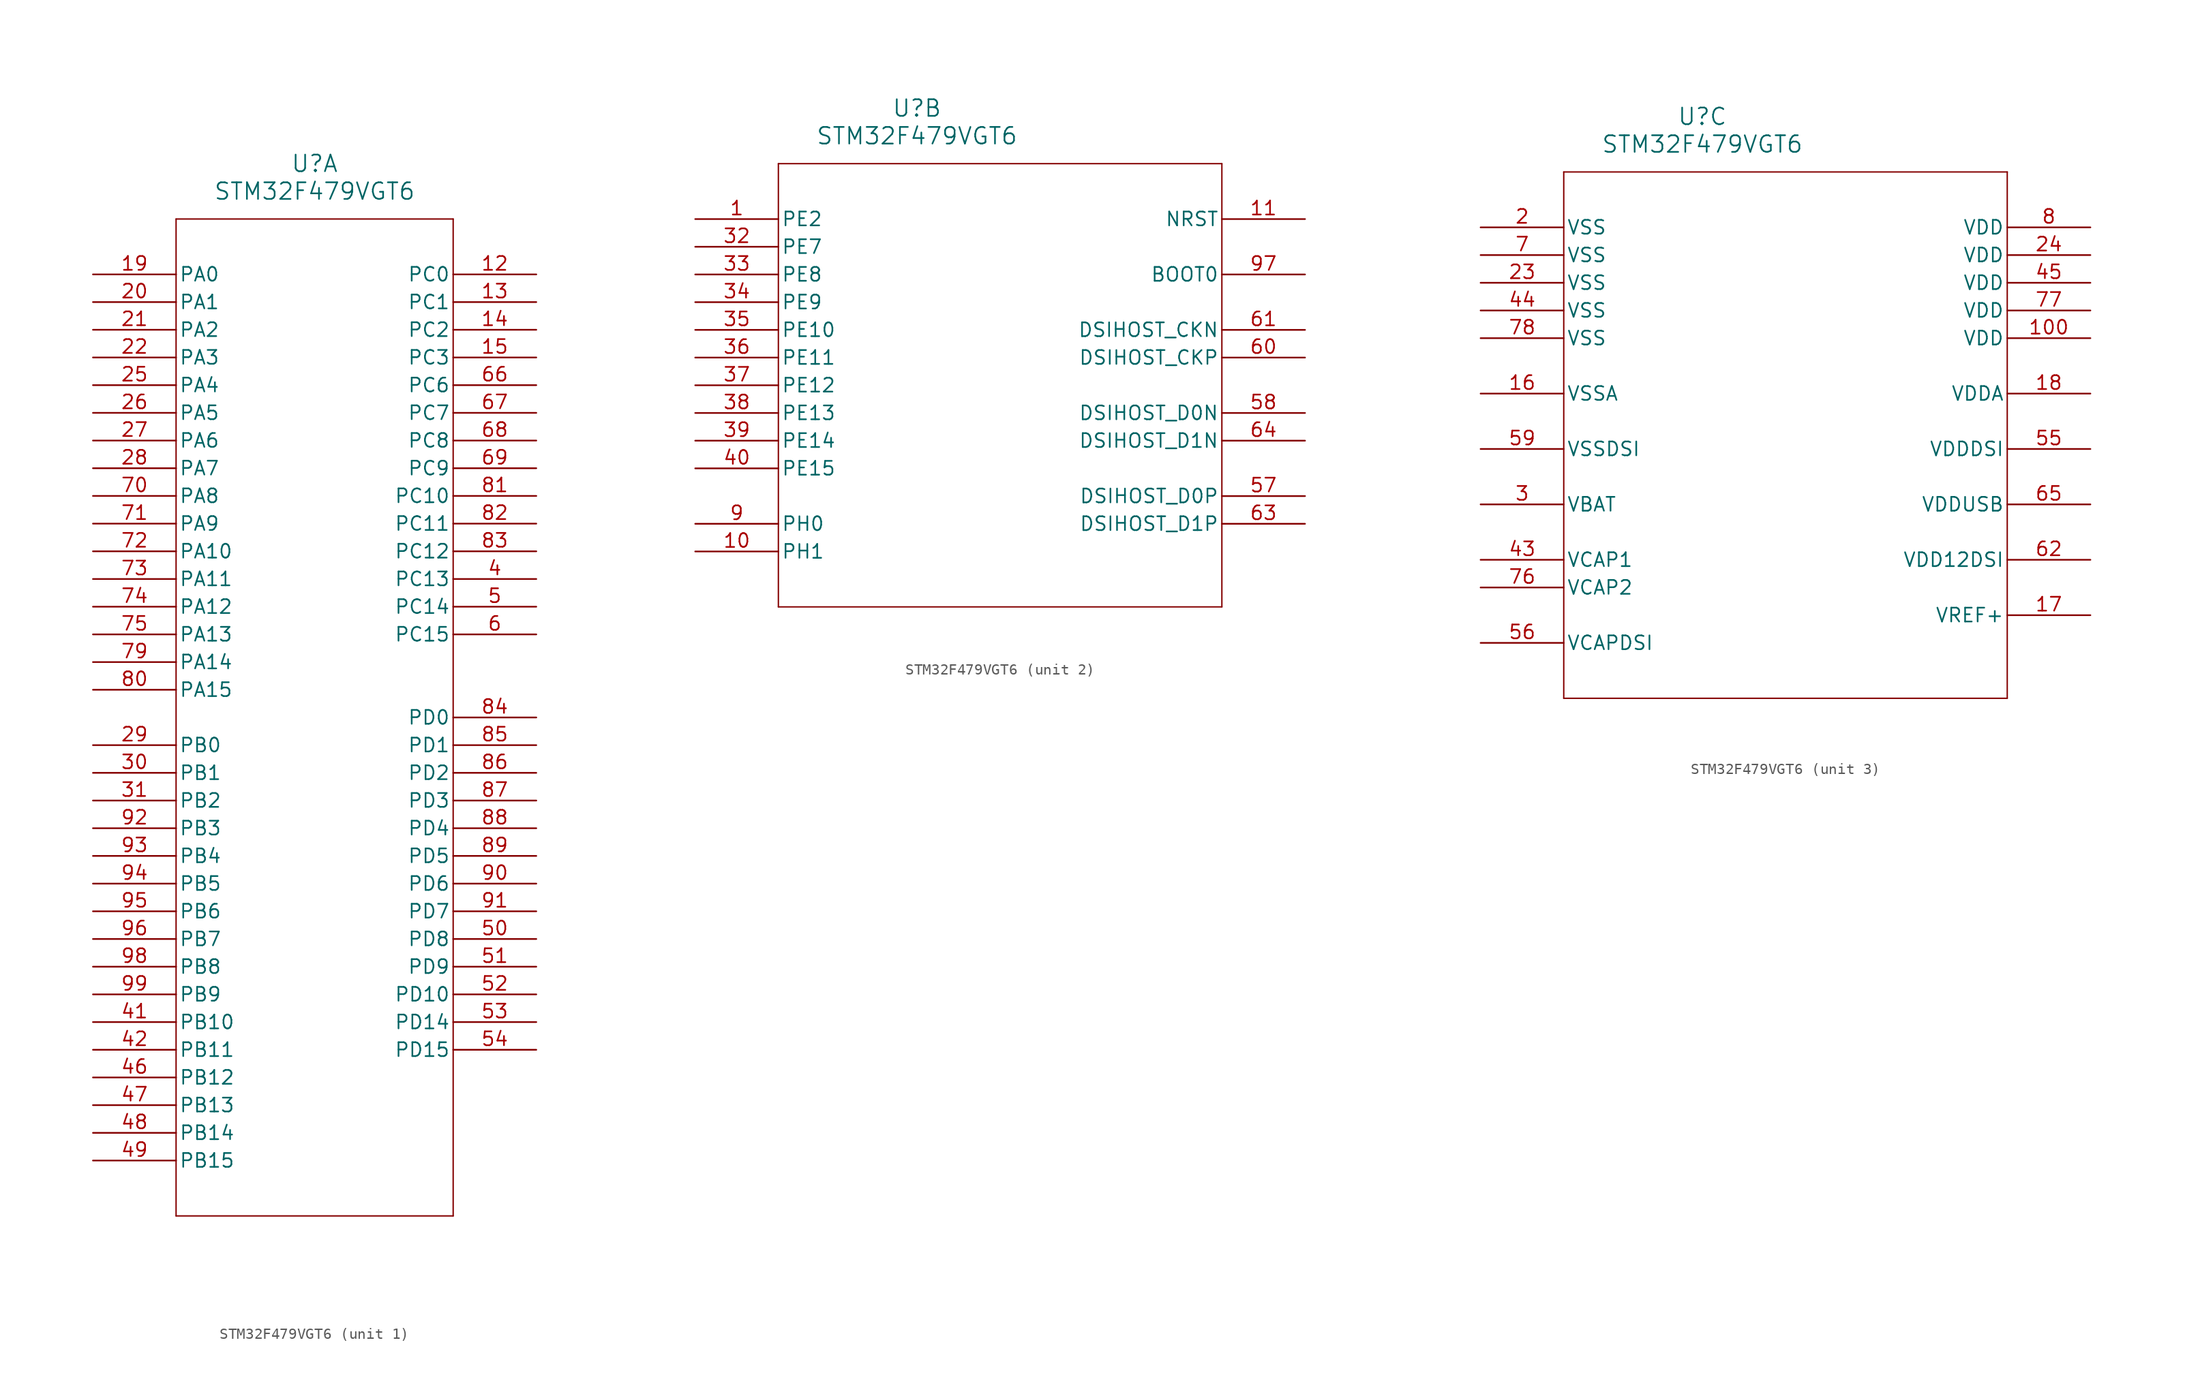
<source format=kicad_sym>
(kicad_symbol_lib
  (version 20220914)
  (generator kicad_symbol_editor)
  (symbol "STM32F479VGT6"
    (pin_names
      (offset 0.254))
    (property "Reference" "U"
      (at 20.32 10.16 0)
      (effects (font (size 1.524 1.524))))
    (property "Value" "STM32F479VGT6"
      (at 20.32 7.62 0)
      (effects (font (size 1.524 1.524))))
    (symbol "STM32F479VGT6_1_1"
      (polyline (pts (xy 7.62 5.08) (xy 7.62 -86.36)) (stroke (width 0.127) (type default) (color 0 0 0 0)) (fill (type none)))
      (polyline (pts (xy 7.62 -86.36) (xy 33.02 -86.36)) (stroke (width 0.127) (type default) (color 0 0 0 0)) (fill (type none)))
      (polyline (pts (xy 33.02 -86.36) (xy 33.02 5.08)) (stroke (width 0.127) (type default) (color 0 0 0 0)) (fill (type none)))
      (polyline (pts (xy 33.02 5.08) (xy 7.62 5.08)) (stroke (width 0.127) (type default) (color 0 0 0 0)) (fill (type none)))
      (pin bidirectional line (at 40.64 -27.94 180) (length 7.62) (name "PC13" (effects (font (size 1.27 1.27)))) (number "4" (effects (font (size 1.27 1.27)))))
      (pin bidirectional line (at 40.64 -30.48 180) (length 7.62) (name "PC14" (effects (font (size 1.27 1.27)))) (number "5" (effects (font (size 1.27 1.27)))))
      (pin bidirectional line (at 40.64 -33.02 180) (length 7.62) (name "PC15" (effects (font (size 1.27 1.27)))) (number "6" (effects (font (size 1.27 1.27)))))
      (pin bidirectional line (at 40.64 0 180) (length 7.62) (name "PC0" (effects (font (size 1.27 1.27)))) (number "12" (effects (font (size 1.27 1.27)))))
      (pin bidirectional line (at 40.64 -2.54 180) (length 7.62) (name "PC1" (effects (font (size 1.27 1.27)))) (number "13" (effects (font (size 1.27 1.27)))))
      (pin bidirectional line (at 40.64 -5.08 180) (length 7.62) (name "PC2" (effects (font (size 1.27 1.27)))) (number "14" (effects (font (size 1.27 1.27)))))
      (pin bidirectional line (at 40.64 -7.62 180) (length 7.62) (name "PC3" (effects (font (size 1.27 1.27)))) (number "15" (effects (font (size 1.27 1.27)))))
      (pin bidirectional line (at 0 0 0) (length 7.62) (name "PA0" (effects (font (size 1.27 1.27)))) (number "19" (effects (font (size 1.27 1.27)))))
      (pin bidirectional line (at 0 -2.54 0) (length 7.62) (name "PA1" (effects (font (size 1.27 1.27)))) (number "20" (effects (font (size 1.27 1.27)))))
      (pin bidirectional line (at 0 -5.08 0) (length 7.62) (name "PA2" (effects (font (size 1.27 1.27)))) (number "21" (effects (font (size 1.27 1.27)))))
      (pin bidirectional line (at 0 -7.62 0) (length 7.62) (name "PA3" (effects (font (size 1.27 1.27)))) (number "22" (effects (font (size 1.27 1.27)))))
      (pin bidirectional line (at 0 -10.16 0) (length 7.62) (name "PA4" (effects (font (size 1.27 1.27)))) (number "25" (effects (font (size 1.27 1.27)))))
      (pin bidirectional line (at 0 -12.7 0) (length 7.62) (name "PA5" (effects (font (size 1.27 1.27)))) (number "26" (effects (font (size 1.27 1.27)))))
      (pin bidirectional line (at 0 -15.24 0) (length 7.62) (name "PA6" (effects (font (size 1.27 1.27)))) (number "27" (effects (font (size 1.27 1.27)))))
      (pin bidirectional line (at 0 -17.78 0) (length 7.62) (name "PA7" (effects (font (size 1.27 1.27)))) (number "28" (effects (font (size 1.27 1.27)))))
      (pin bidirectional line (at 0 -43.18 0) (length 7.62) (name "PB0" (effects (font (size 1.27 1.27)))) (number "29" (effects (font (size 1.27 1.27)))))
      (pin bidirectional line (at 0 -45.72 0) (length 7.62) (name "PB1" (effects (font (size 1.27 1.27)))) (number "30" (effects (font (size 1.27 1.27)))))
      (pin bidirectional line (at 0 -48.26 0) (length 7.62) (name "PB2" (effects (font (size 1.27 1.27)))) (number "31" (effects (font (size 1.27 1.27)))))
      (pin bidirectional line (at 0 -68.58 0) (length 7.62) (name "PB10" (effects (font (size 1.27 1.27)))) (number "41" (effects (font (size 1.27 1.27)))))
      (pin bidirectional line (at 0 -71.12 0) (length 7.62) (name "PB11" (effects (font (size 1.27 1.27)))) (number "42" (effects (font (size 1.27 1.27)))))
      (pin bidirectional line (at 0 -73.66 0) (length 7.62) (name "PB12" (effects (font (size 1.27 1.27)))) (number "46" (effects (font (size 1.27 1.27)))))
      (pin bidirectional line (at 0 -76.2 0) (length 7.62) (name "PB13" (effects (font (size 1.27 1.27)))) (number "47" (effects (font (size 1.27 1.27)))))
      (pin bidirectional line (at 0 -78.74 0) (length 7.62) (name "PB14" (effects (font (size 1.27 1.27)))) (number "48" (effects (font (size 1.27 1.27)))))
      (pin bidirectional line (at 0 -81.28 0) (length 7.62) (name "PB15" (effects (font (size 1.27 1.27)))) (number "49" (effects (font (size 1.27 1.27)))))
      (pin bidirectional line (at 40.64 -60.96 180) (length 7.62) (name "PD8" (effects (font (size 1.27 1.27)))) (number "50" (effects (font (size 1.27 1.27)))))
      (pin bidirectional line (at 40.64 -63.5 180) (length 7.62) (name "PD9" (effects (font (size 1.27 1.27)))) (number "51" (effects (font (size 1.27 1.27)))))
      (pin bidirectional line (at 40.64 -66.04 180) (length 7.62) (name "PD10" (effects (font (size 1.27 1.27)))) (number "52" (effects (font (size 1.27 1.27)))))
      (pin bidirectional line (at 40.64 -68.58 180) (length 7.62) (name "PD14" (effects (font (size 1.27 1.27)))) (number "53" (effects (font (size 1.27 1.27)))))
      (pin bidirectional line (at 40.64 -71.12 180) (length 7.62) (name "PD15" (effects (font (size 1.27 1.27)))) (number "54" (effects (font (size 1.27 1.27)))))
      (pin bidirectional line (at 40.64 -10.16 180) (length 7.62) (name "PC6" (effects (font (size 1.27 1.27)))) (number "66" (effects (font (size 1.27 1.27)))))
      (pin bidirectional line (at 40.64 -12.7 180) (length 7.62) (name "PC7" (effects (font (size 1.27 1.27)))) (number "67" (effects (font (size 1.27 1.27)))))
      (pin bidirectional line (at 40.64 -15.24 180) (length 7.62) (name "PC8" (effects (font (size 1.27 1.27)))) (number "68" (effects (font (size 1.27 1.27)))))
      (pin bidirectional line (at 40.64 -17.78 180) (length 7.62) (name "PC9" (effects (font (size 1.27 1.27)))) (number "69" (effects (font (size 1.27 1.27)))))
      (pin bidirectional line (at 0 -20.32 0) (length 7.62) (name "PA8" (effects (font (size 1.27 1.27)))) (number "70" (effects (font (size 1.27 1.27)))))
      (pin bidirectional line (at 0 -22.86 0) (length 7.62) (name "PA9" (effects (font (size 1.27 1.27)))) (number "71" (effects (font (size 1.27 1.27)))))
      (pin bidirectional line (at 0 -25.4 0) (length 7.62) (name "PA10" (effects (font (size 1.27 1.27)))) (number "72" (effects (font (size 1.27 1.27)))))
      (pin bidirectional line (at 0 -27.94 0) (length 7.62) (name "PA11" (effects (font (size 1.27 1.27)))) (number "73" (effects (font (size 1.27 1.27)))))
      (pin bidirectional line (at 0 -30.48 0) (length 7.62) (name "PA12" (effects (font (size 1.27 1.27)))) (number "74" (effects (font (size 1.27 1.27)))))
      (pin bidirectional line (at 0 -33.02 0) (length 7.62) (name "PA13" (effects (font (size 1.27 1.27)))) (number "75" (effects (font (size 1.27 1.27)))))
      (pin bidirectional line (at 0 -35.56 0) (length 7.62) (name "PA14" (effects (font (size 1.27 1.27)))) (number "79" (effects (font (size 1.27 1.27)))))
      (pin bidirectional line (at 0 -38.1 0) (length 7.62) (name "PA15" (effects (font (size 1.27 1.27)))) (number "80" (effects (font (size 1.27 1.27)))))
      (pin bidirectional line (at 40.64 -20.32 180) (length 7.62) (name "PC10" (effects (font (size 1.27 1.27)))) (number "81" (effects (font (size 1.27 1.27)))))
      (pin bidirectional line (at 40.64 -22.86 180) (length 7.62) (name "PC11" (effects (font (size 1.27 1.27)))) (number "82" (effects (font (size 1.27 1.27)))))
      (pin bidirectional line (at 40.64 -25.4 180) (length 7.62) (name "PC12" (effects (font (size 1.27 1.27)))) (number "83" (effects (font (size 1.27 1.27)))))
      (pin bidirectional line (at 40.64 -40.64 180) (length 7.62) (name "PD0" (effects (font (size 1.27 1.27)))) (number "84" (effects (font (size 1.27 1.27)))))
      (pin bidirectional line (at 40.64 -43.18 180) (length 7.62) (name "PD1" (effects (font (size 1.27 1.27)))) (number "85" (effects (font (size 1.27 1.27)))))
      (pin bidirectional line (at 40.64 -45.72 180) (length 7.62) (name "PD2" (effects (font (size 1.27 1.27)))) (number "86" (effects (font (size 1.27 1.27)))))
      (pin bidirectional line (at 40.64 -48.26 180) (length 7.62) (name "PD3" (effects (font (size 1.27 1.27)))) (number "87" (effects (font (size 1.27 1.27)))))
      (pin bidirectional line (at 40.64 -50.8 180) (length 7.62) (name "PD4" (effects (font (size 1.27 1.27)))) (number "88" (effects (font (size 1.27 1.27)))))
      (pin bidirectional line (at 40.64 -53.34 180) (length 7.62) (name "PD5" (effects (font (size 1.27 1.27)))) (number "89" (effects (font (size 1.27 1.27)))))
      (pin bidirectional line (at 40.64 -55.88 180) (length 7.62) (name "PD6" (effects (font (size 1.27 1.27)))) (number "90" (effects (font (size 1.27 1.27)))))
      (pin bidirectional line (at 40.64 -58.42 180) (length 7.62) (name "PD7" (effects (font (size 1.27 1.27)))) (number "91" (effects (font (size 1.27 1.27)))))
      (pin bidirectional line (at 0 -50.8 0) (length 7.62) (name "PB3" (effects (font (size 1.27 1.27)))) (number "92" (effects (font (size 1.27 1.27)))))
      (pin bidirectional line (at 0 -53.34 0) (length 7.62) (name "PB4" (effects (font (size 1.27 1.27)))) (number "93" (effects (font (size 1.27 1.27)))))
      (pin bidirectional line (at 0 -55.88 0) (length 7.62) (name "PB5" (effects (font (size 1.27 1.27)))) (number "94" (effects (font (size 1.27 1.27)))))
      (pin bidirectional line (at 0 -58.42 0) (length 7.62) (name "PB6" (effects (font (size 1.27 1.27)))) (number "95" (effects (font (size 1.27 1.27)))))
      (pin bidirectional line (at 0 -60.96 0) (length 7.62) (name "PB7" (effects (font (size 1.27 1.27)))) (number "96" (effects (font (size 1.27 1.27)))))
      (pin bidirectional line (at 0 -63.5 0) (length 7.62) (name "PB8" (effects (font (size 1.27 1.27)))) (number "98" (effects (font (size 1.27 1.27)))))
      (pin bidirectional line (at 0 -66.04 0) (length 7.62) (name "PB9" (effects (font (size 1.27 1.27)))) (number "99" (effects (font (size 1.27 1.27))))))
    (symbol "STM32F479VGT6_2_1"
      (polyline (pts (xy 7.62 5.08) (xy 7.62 -35.56)) (stroke (width 0.127) (type default) (color 0 0 0 0)) (fill (type none)))
      (polyline (pts (xy 7.62 -35.56) (xy 48.26 -35.56)) (stroke (width 0.127) (type default) (color 0 0 0 0)) (fill (type none)))
      (polyline (pts (xy 48.26 -35.56) (xy 48.26 5.08)) (stroke (width 0.127) (type default) (color 0 0 0 0)) (fill (type none)))
      (polyline (pts (xy 48.26 5.08) (xy 7.62 5.08)) (stroke (width 0.127) (type default) (color 0 0 0 0)) (fill (type none)))
      (pin bidirectional line (at 0 0 0) (length 7.62) (name "PE2" (effects (font (size 1.27 1.27)))) (number "1" (effects (font (size 1.27 1.27)))))
      (pin bidirectional line (at 0 -27.94 0) (length 7.62) (name "PH0" (effects (font (size 1.27 1.27)))) (number "9" (effects (font (size 1.27 1.27)))))
      (pin bidirectional line (at 0 -30.48 0) (length 7.62) (name "PH1" (effects (font (size 1.27 1.27)))) (number "10" (effects (font (size 1.27 1.27)))))
      (pin bidirectional line (at 55.88 0 180) (length 7.62) (name "NRST" (effects (font (size 1.27 1.27)))) (number "11" (effects (font (size 1.27 1.27)))))
      (pin bidirectional line (at 0 -2.54 0) (length 7.62) (name "PE7" (effects (font (size 1.27 1.27)))) (number "32" (effects (font (size 1.27 1.27)))))
      (pin bidirectional line (at 0 -5.08 0) (length 7.62) (name "PE8" (effects (font (size 1.27 1.27)))) (number "33" (effects (font (size 1.27 1.27)))))
      (pin bidirectional line (at 0 -7.62 0) (length 7.62) (name "PE9" (effects (font (size 1.27 1.27)))) (number "34" (effects (font (size 1.27 1.27)))))
      (pin bidirectional line (at 0 -10.16 0) (length 7.62) (name "PE10" (effects (font (size 1.27 1.27)))) (number "35" (effects (font (size 1.27 1.27)))))
      (pin bidirectional line (at 0 -12.7 0) (length 7.62) (name "PE11" (effects (font (size 1.27 1.27)))) (number "36" (effects (font (size 1.27 1.27)))))
      (pin bidirectional line (at 0 -15.24 0) (length 7.62) (name "PE12" (effects (font (size 1.27 1.27)))) (number "37" (effects (font (size 1.27 1.27)))))
      (pin bidirectional line (at 0 -17.78 0) (length 7.62) (name "PE13" (effects (font (size 1.27 1.27)))) (number "38" (effects (font (size 1.27 1.27)))))
      (pin bidirectional line (at 0 -20.32 0) (length 7.62) (name "PE14" (effects (font (size 1.27 1.27)))) (number "39" (effects (font (size 1.27 1.27)))))
      (pin bidirectional line (at 0 -22.86 0) (length 7.62) (name "PE15" (effects (font (size 1.27 1.27)))) (number "40" (effects (font (size 1.27 1.27)))))
      (pin bidirectional line (at 55.88 -25.4 180) (length 7.62) (name "DSIHOST_D0P" (effects (font (size 1.27 1.27)))) (number "57" (effects (font (size 1.27 1.27)))))
      (pin bidirectional line (at 55.88 -17.78 180) (length 7.62) (name "DSIHOST_D0N" (effects (font (size 1.27 1.27)))) (number "58" (effects (font (size 1.27 1.27)))))
      (pin bidirectional line (at 55.88 -12.7 180) (length 7.62) (name "DSIHOST_CKP" (effects (font (size 1.27 1.27)))) (number "60" (effects (font (size 1.27 1.27)))))
      (pin bidirectional line (at 55.88 -10.16 180) (length 7.62) (name "DSIHOST_CKN" (effects (font (size 1.27 1.27)))) (number "61" (effects (font (size 1.27 1.27)))))
      (pin bidirectional line (at 55.88 -27.94 180) (length 7.62) (name "DSIHOST_D1P" (effects (font (size 1.27 1.27)))) (number "63" (effects (font (size 1.27 1.27)))))
      (pin bidirectional line (at 55.88 -20.32 180) (length 7.62) (name "DSIHOST_D1N" (effects (font (size 1.27 1.27)))) (number "64" (effects (font (size 1.27 1.27)))))
      (pin input line (at 55.88 -5.08 180) (length 7.62) (name "BOOT0" (effects (font (size 1.27 1.27)))) (number "97" (effects (font (size 1.27 1.27))))))
    (symbol "STM32F479VGT6_3_1"
      (polyline (pts (xy 7.62 5.08) (xy 7.62 -43.18)) (stroke (width 0.127) (type default) (color 0 0 0 0)) (fill (type none)))
      (polyline (pts (xy 7.62 -43.18) (xy 48.26 -43.18)) (stroke (width 0.127) (type default) (color 0 0 0 0)) (fill (type none)))
      (polyline (pts (xy 48.26 -43.18) (xy 48.26 5.08)) (stroke (width 0.127) (type default) (color 0 0 0 0)) (fill (type none)))
      (polyline (pts (xy 48.26 5.08) (xy 7.62 5.08)) (stroke (width 0.127) (type default) (color 0 0 0 0)) (fill (type none)))
      (pin power_in line (at 0 0 0) (length 7.62) (name "VSS" (effects (font (size 1.27 1.27)))) (number "2" (effects (font (size 1.27 1.27)))))
      (pin power_in line (at 0 -25.4 0) (length 7.62) (name "VBAT" (effects (font (size 1.27 1.27)))) (number "3" (effects (font (size 1.27 1.27)))))
      (pin power_in line (at 0 -2.54 0) (length 7.62) (name "VSS" (effects (font (size 1.27 1.27)))) (number "7" (effects (font (size 1.27 1.27)))))
      (pin power_in line (at 55.88 0 180) (length 7.62) (name "VDD" (effects (font (size 1.27 1.27)))) (number "8" (effects (font (size 1.27 1.27)))))
      (pin power_in line (at 0 -15.24 0) (length 7.62) (name "VSSA" (effects (font (size 1.27 1.27)))) (number "16" (effects (font (size 1.27 1.27)))))
      (pin power_in line (at 55.88 -35.56 180) (length 7.62) (name "VREF+" (effects (font (size 1.27 1.27)))) (number "17" (effects (font (size 1.27 1.27)))))
      (pin power_in line (at 55.88 -15.24 180) (length 7.62) (name "VDDA" (effects (font (size 1.27 1.27)))) (number "18" (effects (font (size 1.27 1.27)))))
      (pin power_in line (at 0 -5.08 0) (length 7.62) (name "VSS" (effects (font (size 1.27 1.27)))) (number "23" (effects (font (size 1.27 1.27)))))
      (pin power_in line (at 55.88 -2.54 180) (length 7.62) (name "VDD" (effects (font (size 1.27 1.27)))) (number "24" (effects (font (size 1.27 1.27)))))
      (pin power_in line (at 0 -30.48 0) (length 7.62) (name "VCAP1" (effects (font (size 1.27 1.27)))) (number "43" (effects (font (size 1.27 1.27)))))
      (pin power_in line (at 0 -7.62 0) (length 7.62) (name "VSS" (effects (font (size 1.27 1.27)))) (number "44" (effects (font (size 1.27 1.27)))))
      (pin power_in line (at 55.88 -5.08 180) (length 7.62) (name "VDD" (effects (font (size 1.27 1.27)))) (number "45" (effects (font (size 1.27 1.27)))))
      (pin power_in line (at 55.88 -20.32 180) (length 7.62) (name "VDDDSI" (effects (font (size 1.27 1.27)))) (number "55" (effects (font (size 1.27 1.27)))))
      (pin power_in line (at 0 -38.1 0) (length 7.62) (name "VCAPDSI" (effects (font (size 1.27 1.27)))) (number "56" (effects (font (size 1.27 1.27)))))
      (pin power_in line (at 0 -20.32 0) (length 7.62) (name "VSSDSI" (effects (font (size 1.27 1.27)))) (number "59" (effects (font (size 1.27 1.27)))))
      (pin power_in line (at 55.88 -30.48 180) (length 7.62) (name "VDD12DSI" (effects (font (size 1.27 1.27)))) (number "62" (effects (font (size 1.27 1.27)))))
      (pin power_in line (at 55.88 -25.4 180) (length 7.62) (name "VDDUSB" (effects (font (size 1.27 1.27)))) (number "65" (effects (font (size 1.27 1.27)))))
      (pin power_in line (at 0 -33.02 0) (length 7.62) (name "VCAP2" (effects (font (size 1.27 1.27)))) (number "76" (effects (font (size 1.27 1.27)))))
      (pin power_in line (at 55.88 -7.62 180) (length 7.62) (name "VDD" (effects (font (size 1.27 1.27)))) (number "77" (effects (font (size 1.27 1.27)))))
      (pin power_in line (at 0 -10.16 0) (length 7.62) (name "VSS" (effects (font (size 1.27 1.27)))) (number "78" (effects (font (size 1.27 1.27)))))
      (pin power_in line (at 55.88 -10.16 180) (length 7.62) (name "VDD" (effects (font (size 1.27 1.27)))) (number "100" (effects (font (size 1.27 1.27))))))))
</source>
